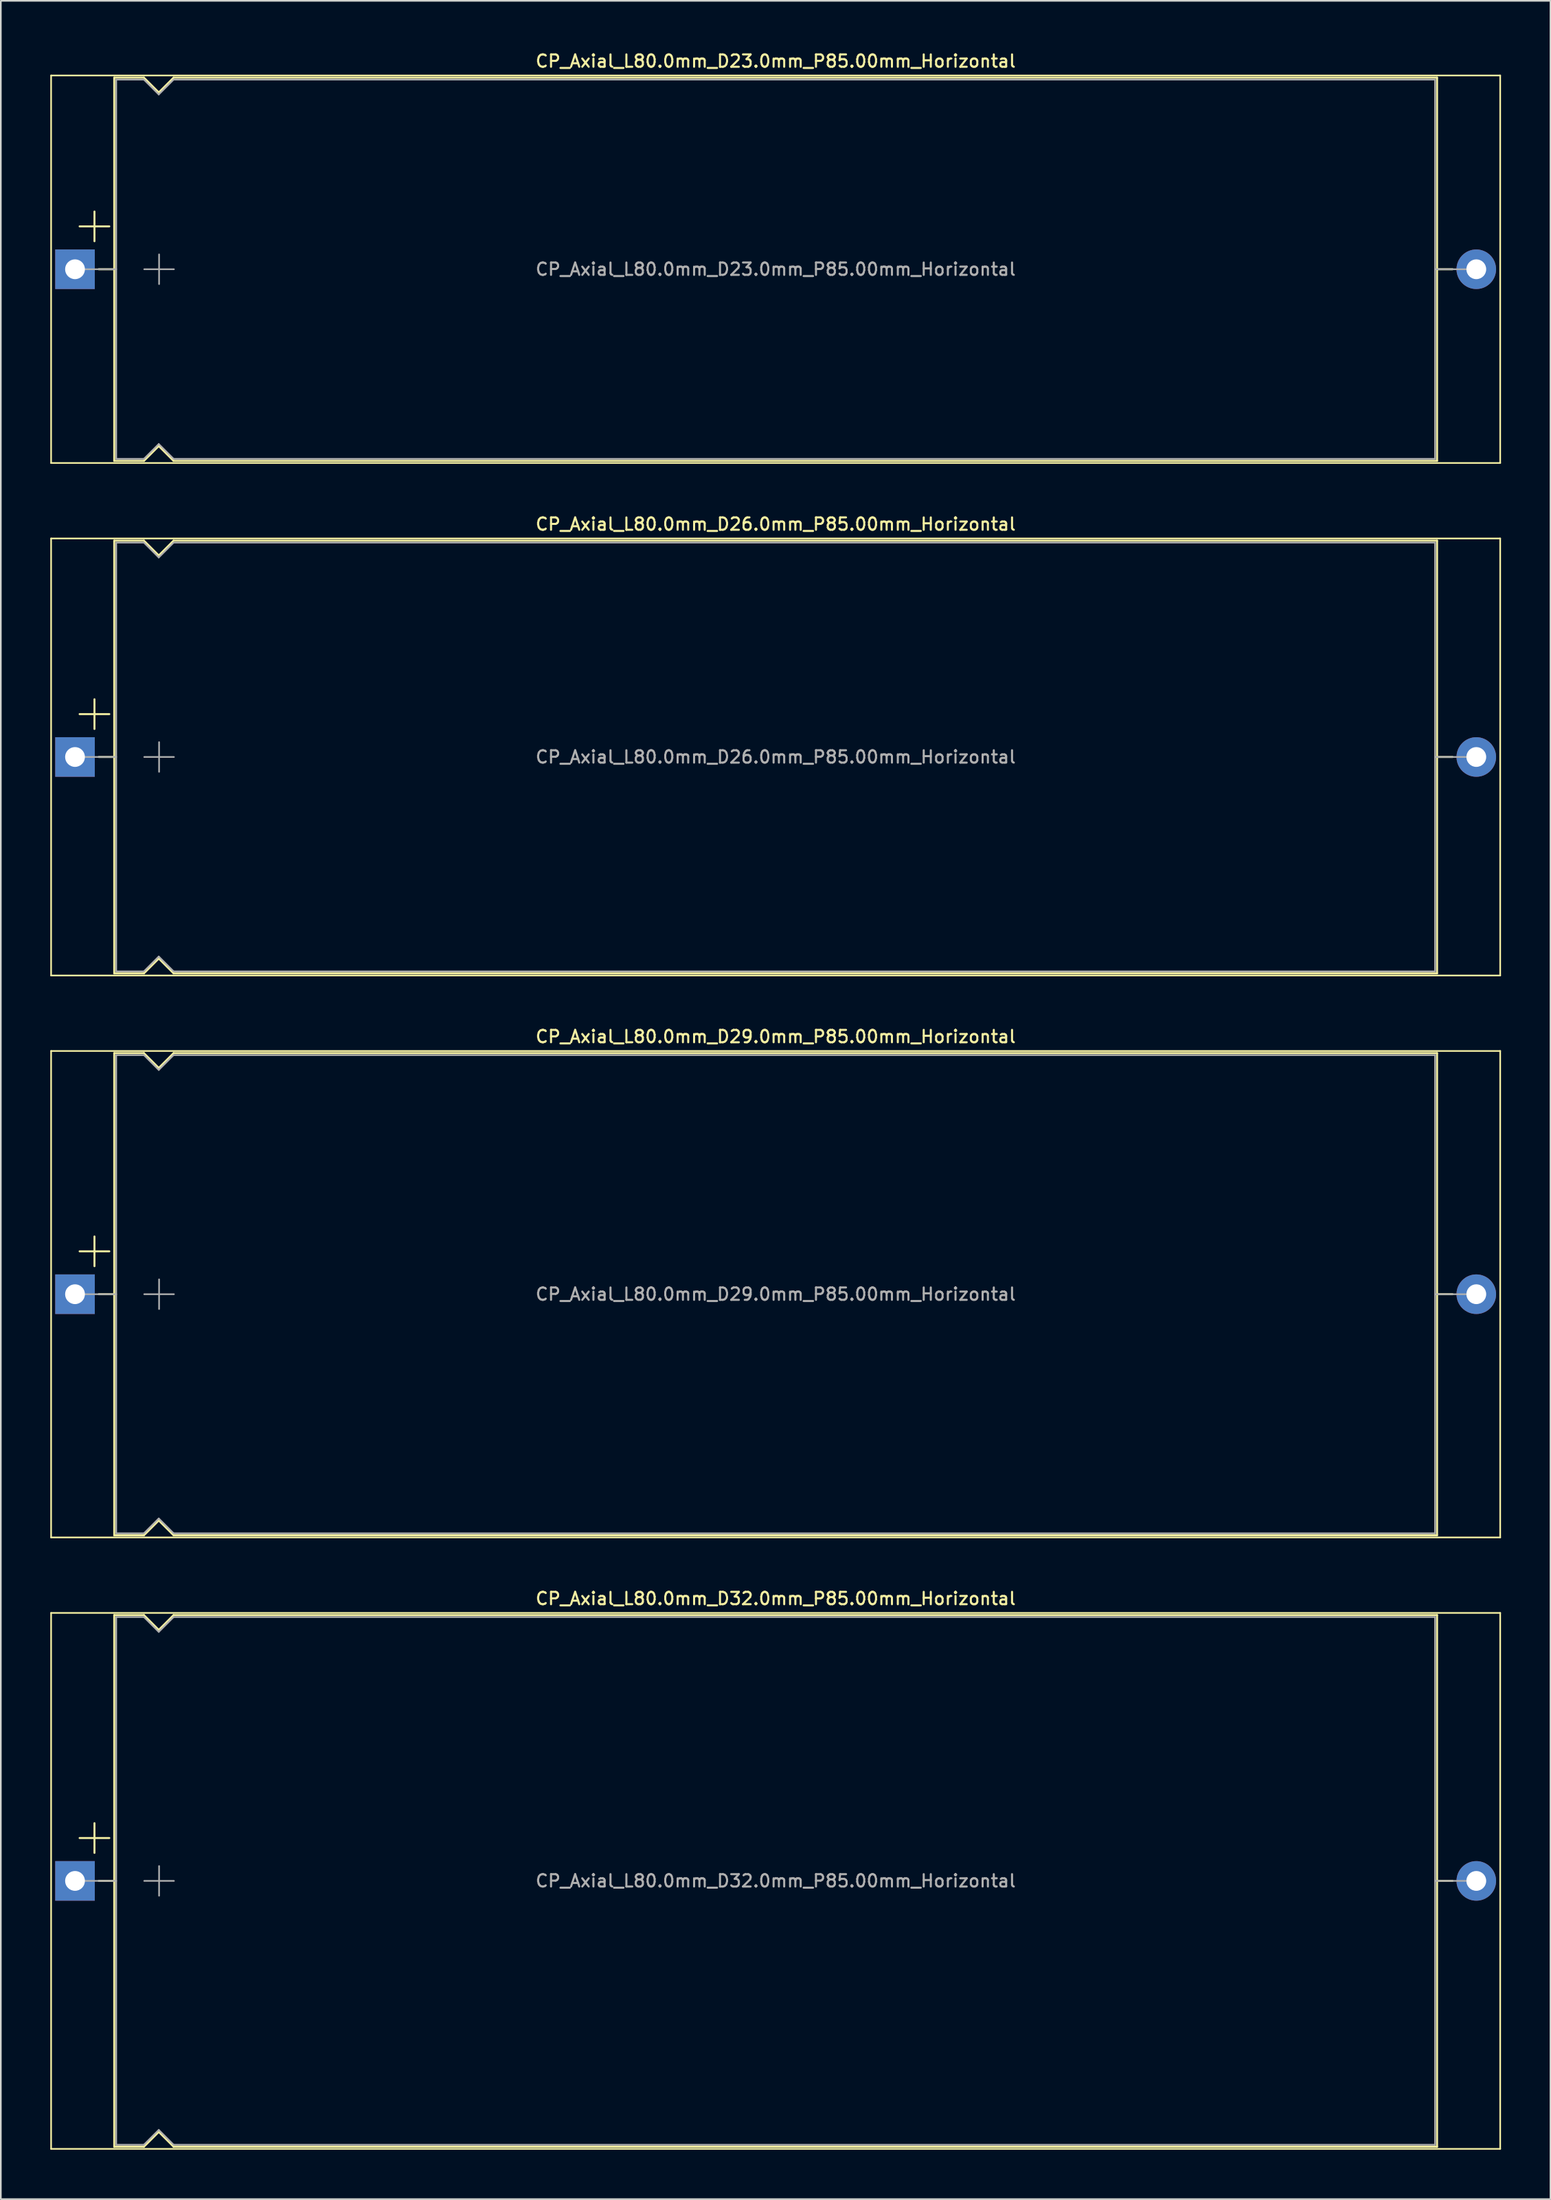
<source format=kicad_pcb>
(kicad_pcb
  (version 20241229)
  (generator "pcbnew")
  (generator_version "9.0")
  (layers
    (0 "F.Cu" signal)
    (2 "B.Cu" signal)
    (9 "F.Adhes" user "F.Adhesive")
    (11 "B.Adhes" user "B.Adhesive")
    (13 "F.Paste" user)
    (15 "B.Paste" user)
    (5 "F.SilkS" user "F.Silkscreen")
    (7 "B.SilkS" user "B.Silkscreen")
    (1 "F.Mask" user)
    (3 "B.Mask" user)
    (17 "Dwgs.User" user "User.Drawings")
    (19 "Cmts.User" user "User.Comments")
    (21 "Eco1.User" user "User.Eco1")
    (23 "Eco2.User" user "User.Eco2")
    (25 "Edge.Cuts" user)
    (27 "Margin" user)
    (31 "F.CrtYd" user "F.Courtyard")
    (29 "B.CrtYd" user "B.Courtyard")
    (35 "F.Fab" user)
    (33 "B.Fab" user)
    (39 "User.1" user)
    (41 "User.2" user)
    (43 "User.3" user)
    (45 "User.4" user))
  (footprint "CP_Axial_L80.0mm_D29.0mm_P85.00mm_Horizontal"
    (layer "F.Cu")
    (at 1.5 75.434)
    (property "Reference" "CP_Axial_L80.0mm_D29.0mm_P85.00mm_Horizontal" (at 42.5 -15.62 0) (layer "F.SilkS") (effects (font (size 0.75 0.75) (thickness 0.125))))
    (attr through_hole)
    (fp_line (start -1.45 -14.75) (end -1.45 14.75) (stroke (width 0.1) (type solid)) (layer "F.SilkS"))
    (fp_line (start -1.45 14.75) (end 86.45 14.75) (stroke (width 0.1) (type solid)) (layer "F.SilkS"))
    (fp_line (start 0.28 -2.6) (end 2.08 -2.6) (stroke (width 0.12) (type solid)) (layer "F.SilkS"))
    (fp_line (start 1.18 -3.5) (end 1.18 -1.7) (stroke (width 0.12) (type solid)) (layer "F.SilkS"))
    (fp_line (start 1.44 0) (end 2.38 0) (stroke (width 0.12) (type solid)) (layer "F.SilkS"))
    (fp_line (start 2.38 -14.62) (end 2.38 14.62) (stroke (width 0.12) (type solid)) (layer "F.SilkS"))
    (fp_line (start 2.38 -14.62) (end 4.18 -14.62) (stroke (width 0.12) (type solid)) (layer "F.SilkS"))
    (fp_line (start 2.38 14.62) (end 4.18 14.62) (stroke (width 0.12) (type solid)) (layer "F.SilkS"))
    (fp_line (start 4.18 -14.62) (end 5.08 -13.72) (stroke (width 0.12) (type solid)) (layer "F.SilkS"))
    (fp_line (start 4.18 14.62) (end 5.08 13.72) (stroke (width 0.12) (type solid)) (layer "F.SilkS"))
    (fp_line (start 5.08 -13.72) (end 5.98 -14.62) (stroke (width 0.12) (type solid)) (layer "F.SilkS"))
    (fp_line (start 5.08 13.72) (end 5.98 14.62) (stroke (width 0.12) (type solid)) (layer "F.SilkS"))
    (fp_line (start 5.98 -14.62) (end 82.62 -14.62) (stroke (width 0.12) (type solid)) (layer "F.SilkS"))
    (fp_line (start 5.98 14.62) (end 82.62 14.62) (stroke (width 0.12) (type solid)) (layer "F.SilkS"))
    (fp_line (start 82.62 -14.62) (end 82.62 14.62) (stroke (width 0.12) (type solid)) (layer "F.SilkS"))
    (fp_line (start 83.56 0) (end 82.62 0) (stroke (width 0.12) (type solid)) (layer "F.SilkS"))
    (fp_line (start 86.45 -14.75) (end -1.45 -14.75) (stroke (width 0.1) (type solid)) (layer "F.SilkS"))
    (fp_line (start 86.45 14.75) (end 86.45 -14.75) (stroke (width 0.1) (type solid)) (layer "F.SilkS"))
    (fp_line (start 0 0) (end 2.5 0) (stroke (width 0.1) (type solid)) (layer "F.Fab"))
    (fp_line (start 2.5 -14.5) (end 2.5 14.5) (stroke (width 0.1) (type solid)) (layer "F.Fab"))
    (fp_line (start 2.5 -14.5) (end 4.18 -14.5) (stroke (width 0.1) (type solid)) (layer "F.Fab"))
    (fp_line (start 2.5 14.5) (end 4.18 14.5) (stroke (width 0.1) (type solid)) (layer "F.Fab"))
    (fp_line (start 4.18 -14.5) (end 5.08 -13.6) (stroke (width 0.1) (type solid)) (layer "F.Fab"))
    (fp_line (start 4.18 14.5) (end 5.08 13.6) (stroke (width 0.1) (type solid)) (layer "F.Fab"))
    (fp_line (start 4.2 0) (end 6 0) (stroke (width 0.1) (type solid)) (layer "F.Fab"))
    (fp_line (start 5.08 -13.6) (end 5.98 -14.5) (stroke (width 0.1) (type solid)) (layer "F.Fab"))
    (fp_line (start 5.08 13.6) (end 5.98 14.5) (stroke (width 0.1) (type solid)) (layer "F.Fab"))
    (fp_line (start 5.1 -0.9) (end 5.1 0.9) (stroke (width 0.1) (type solid)) (layer "F.Fab"))
    (fp_line (start 5.98 -14.5) (end 82.5 -14.5) (stroke (width 0.1) (type solid)) (layer "F.Fab"))
    (fp_line (start 5.98 14.5) (end 82.5 14.5) (stroke (width 0.1) (type solid)) (layer "F.Fab"))
    (fp_line (start 82.5 -14.5) (end 82.5 14.5) (stroke (width 0.1) (type solid)) (layer "F.Fab"))
    (fp_line (start 85 0) (end 82.5 0) (stroke (width 0.1) (type solid)) (layer "F.Fab"))
    (fp_text user "${REFERENCE}" (at 42.5 0 0) (layer "F.Fab") (effects (font (size 0.75 0.75) (thickness 0.125))))
    (pad "1" thru_hole rect (at 0 0) (size 2.4 2.4) (drill 1.2) (layers "*.Cu" "*.Mask"))
    (pad "2" thru_hole oval (at 85 0) (size 2.4 2.4) (drill 1.2) (layers "*.Cu" "*.Mask")))
  (footprint "CP_Axial_L80.0mm_D23.0mm_P85.00mm_Horizontal"
    (layer "F.Cu")
    (at 1.5 13.278)
    (property "Reference" "CP_Axial_L80.0mm_D23.0mm_P85.00mm_Horizontal" (at 42.5 -12.62 0) (layer "F.SilkS") (effects (font (size 0.75 0.75) (thickness 0.125))))
    (attr through_hole)
    (fp_line (start -1.45 -11.75) (end -1.45 11.75) (stroke (width 0.1) (type solid)) (layer "F.SilkS"))
    (fp_line (start -1.45 11.75) (end 86.45 11.75) (stroke (width 0.1) (type solid)) (layer "F.SilkS"))
    (fp_line (start 0.28 -2.6) (end 2.08 -2.6) (stroke (width 0.12) (type solid)) (layer "F.SilkS"))
    (fp_line (start 1.18 -3.5) (end 1.18 -1.7) (stroke (width 0.12) (type solid)) (layer "F.SilkS"))
    (fp_line (start 1.44 0) (end 2.38 0) (stroke (width 0.12) (type solid)) (layer "F.SilkS"))
    (fp_line (start 2.38 -11.62) (end 2.38 11.62) (stroke (width 0.12) (type solid)) (layer "F.SilkS"))
    (fp_line (start 2.38 -11.62) (end 4.18 -11.62) (stroke (width 0.12) (type solid)) (layer "F.SilkS"))
    (fp_line (start 2.38 11.62) (end 4.18 11.62) (stroke (width 0.12) (type solid)) (layer "F.SilkS"))
    (fp_line (start 4.18 -11.62) (end 5.08 -10.72) (stroke (width 0.12) (type solid)) (layer "F.SilkS"))
    (fp_line (start 4.18 11.62) (end 5.08 10.72) (stroke (width 0.12) (type solid)) (layer "F.SilkS"))
    (fp_line (start 5.08 -10.72) (end 5.98 -11.62) (stroke (width 0.12) (type solid)) (layer "F.SilkS"))
    (fp_line (start 5.08 10.72) (end 5.98 11.62) (stroke (width 0.12) (type solid)) (layer "F.SilkS"))
    (fp_line (start 5.98 -11.62) (end 82.62 -11.62) (stroke (width 0.12) (type solid)) (layer "F.SilkS"))
    (fp_line (start 5.98 11.62) (end 82.62 11.62) (stroke (width 0.12) (type solid)) (layer "F.SilkS"))
    (fp_line (start 82.62 -11.62) (end 82.62 11.62) (stroke (width 0.12) (type solid)) (layer "F.SilkS"))
    (fp_line (start 83.56 0) (end 82.62 0) (stroke (width 0.12) (type solid)) (layer "F.SilkS"))
    (fp_line (start 86.45 -11.75) (end -1.45 -11.75) (stroke (width 0.1) (type solid)) (layer "F.SilkS"))
    (fp_line (start 86.45 11.75) (end 86.45 -11.75) (stroke (width 0.1) (type solid)) (layer "F.SilkS"))
    (fp_line (start 0 0) (end 2.5 0) (stroke (width 0.1) (type solid)) (layer "F.Fab"))
    (fp_line (start 2.5 -11.5) (end 2.5 11.5) (stroke (width 0.1) (type solid)) (layer "F.Fab"))
    (fp_line (start 2.5 -11.5) (end 4.18 -11.5) (stroke (width 0.1) (type solid)) (layer "F.Fab"))
    (fp_line (start 2.5 11.5) (end 4.18 11.5) (stroke (width 0.1) (type solid)) (layer "F.Fab"))
    (fp_line (start 4.18 -11.5) (end 5.08 -10.6) (stroke (width 0.1) (type solid)) (layer "F.Fab"))
    (fp_line (start 4.18 11.5) (end 5.08 10.6) (stroke (width 0.1) (type solid)) (layer "F.Fab"))
    (fp_line (start 4.2 0) (end 6 0) (stroke (width 0.1) (type solid)) (layer "F.Fab"))
    (fp_line (start 5.08 -10.6) (end 5.98 -11.5) (stroke (width 0.1) (type solid)) (layer "F.Fab"))
    (fp_line (start 5.08 10.6) (end 5.98 11.5) (stroke (width 0.1) (type solid)) (layer "F.Fab"))
    (fp_line (start 5.1 -0.9) (end 5.1 0.9) (stroke (width 0.1) (type solid)) (layer "F.Fab"))
    (fp_line (start 5.98 -11.5) (end 82.5 -11.5) (stroke (width 0.1) (type solid)) (layer "F.Fab"))
    (fp_line (start 5.98 11.5) (end 82.5 11.5) (stroke (width 0.1) (type solid)) (layer "F.Fab"))
    (fp_line (start 82.5 -11.5) (end 82.5 11.5) (stroke (width 0.1) (type solid)) (layer "F.Fab"))
    (fp_line (start 85 0) (end 82.5 0) (stroke (width 0.1) (type solid)) (layer "F.Fab"))
    (fp_text user "${REFERENCE}" (at 42.5 0 0) (layer "F.Fab") (effects (font (size 0.75 0.75) (thickness 0.125))))
    (pad "1" thru_hole rect (at 0 0) (size 2.4 2.4) (drill 1.2) (layers "*.Cu" "*.Mask"))
    (pad "2" thru_hole oval (at 85 0) (size 2.4 2.4) (drill 1.2) (layers "*.Cu" "*.Mask")))
  (footprint "CP_Axial_L80.0mm_D26.0mm_P85.00mm_Horizontal"
    (layer "F.Cu")
    (at 1.5 42.856)
    (property "Reference" "CP_Axial_L80.0mm_D26.0mm_P85.00mm_Horizontal" (at 42.5 -14.12 0) (layer "F.SilkS") (effects (font (size 0.75 0.75) (thickness 0.125))))
    (attr through_hole)
    (fp_line (start -1.45 -13.25) (end -1.45 13.25) (stroke (width 0.1) (type solid)) (layer "F.SilkS"))
    (fp_line (start -1.45 13.25) (end 86.45 13.25) (stroke (width 0.1) (type solid)) (layer "F.SilkS"))
    (fp_line (start 0.28 -2.6) (end 2.08 -2.6) (stroke (width 0.12) (type solid)) (layer "F.SilkS"))
    (fp_line (start 1.18 -3.5) (end 1.18 -1.7) (stroke (width 0.12) (type solid)) (layer "F.SilkS"))
    (fp_line (start 1.44 0) (end 2.38 0) (stroke (width 0.12) (type solid)) (layer "F.SilkS"))
    (fp_line (start 2.38 -13.12) (end 2.38 13.12) (stroke (width 0.12) (type solid)) (layer "F.SilkS"))
    (fp_line (start 2.38 -13.12) (end 4.18 -13.12) (stroke (width 0.12) (type solid)) (layer "F.SilkS"))
    (fp_line (start 2.38 13.12) (end 4.18 13.12) (stroke (width 0.12) (type solid)) (layer "F.SilkS"))
    (fp_line (start 4.18 -13.12) (end 5.08 -12.22) (stroke (width 0.12) (type solid)) (layer "F.SilkS"))
    (fp_line (start 4.18 13.12) (end 5.08 12.22) (stroke (width 0.12) (type solid)) (layer "F.SilkS"))
    (fp_line (start 5.08 -12.22) (end 5.98 -13.12) (stroke (width 0.12) (type solid)) (layer "F.SilkS"))
    (fp_line (start 5.08 12.22) (end 5.98 13.12) (stroke (width 0.12) (type solid)) (layer "F.SilkS"))
    (fp_line (start 5.98 -13.12) (end 82.62 -13.12) (stroke (width 0.12) (type solid)) (layer "F.SilkS"))
    (fp_line (start 5.98 13.12) (end 82.62 13.12) (stroke (width 0.12) (type solid)) (layer "F.SilkS"))
    (fp_line (start 82.62 -13.12) (end 82.62 13.12) (stroke (width 0.12) (type solid)) (layer "F.SilkS"))
    (fp_line (start 83.56 0) (end 82.62 0) (stroke (width 0.12) (type solid)) (layer "F.SilkS"))
    (fp_line (start 86.45 -13.25) (end -1.45 -13.25) (stroke (width 0.1) (type solid)) (layer "F.SilkS"))
    (fp_line (start 86.45 13.25) (end 86.45 -13.25) (stroke (width 0.1) (type solid)) (layer "F.SilkS"))
    (fp_line (start 0 0) (end 2.5 0) (stroke (width 0.1) (type solid)) (layer "F.Fab"))
    (fp_line (start 2.5 -13) (end 2.5 13) (stroke (width 0.1) (type solid)) (layer "F.Fab"))
    (fp_line (start 2.5 -13) (end 4.18 -13) (stroke (width 0.1) (type solid)) (layer "F.Fab"))
    (fp_line (start 2.5 13) (end 4.18 13) (stroke (width 0.1) (type solid)) (layer "F.Fab"))
    (fp_line (start 4.18 -13) (end 5.08 -12.1) (stroke (width 0.1) (type solid)) (layer "F.Fab"))
    (fp_line (start 4.18 13) (end 5.08 12.1) (stroke (width 0.1) (type solid)) (layer "F.Fab"))
    (fp_line (start 4.2 0) (end 6 0) (stroke (width 0.1) (type solid)) (layer "F.Fab"))
    (fp_line (start 5.08 -12.1) (end 5.98 -13) (stroke (width 0.1) (type solid)) (layer "F.Fab"))
    (fp_line (start 5.08 12.1) (end 5.98 13) (stroke (width 0.1) (type solid)) (layer "F.Fab"))
    (fp_line (start 5.1 -0.9) (end 5.1 0.9) (stroke (width 0.1) (type solid)) (layer "F.Fab"))
    (fp_line (start 5.98 -13) (end 82.5 -13) (stroke (width 0.1) (type solid)) (layer "F.Fab"))
    (fp_line (start 5.98 13) (end 82.5 13) (stroke (width 0.1) (type solid)) (layer "F.Fab"))
    (fp_line (start 82.5 -13) (end 82.5 13) (stroke (width 0.1) (type solid)) (layer "F.Fab"))
    (fp_line (start 85 0) (end 82.5 0) (stroke (width 0.1) (type solid)) (layer "F.Fab"))
    (fp_text user "${REFERENCE}" (at 42.5 0 0) (layer "F.Fab") (effects (font (size 0.75 0.75) (thickness 0.125))))
    (pad "1" thru_hole rect (at 0 0) (size 2.4 2.4) (drill 1.2) (layers "*.Cu" "*.Mask"))
    (pad "2" thru_hole oval (at 85 0) (size 2.4 2.4) (drill 1.2) (layers "*.Cu" "*.Mask")))
  (footprint "CP_Axial_L80.0mm_D32.0mm_P85.00mm_Horizontal"
    (layer "F.Cu")
    (at 1.5 111.013)
    (property "Reference" "CP_Axial_L80.0mm_D32.0mm_P85.00mm_Horizontal" (at 42.5 -17.12 0) (layer "F.SilkS") (effects (font (size 0.75 0.75) (thickness 0.125))))
    (attr through_hole)
    (fp_line (start -1.45 -16.25) (end -1.45 16.25) (stroke (width 0.1) (type solid)) (layer "F.SilkS"))
    (fp_line (start -1.45 16.25) (end 86.45 16.25) (stroke (width 0.1) (type solid)) (layer "F.SilkS"))
    (fp_line (start 0.28 -2.6) (end 2.08 -2.6) (stroke (width 0.12) (type solid)) (layer "F.SilkS"))
    (fp_line (start 1.18 -3.5) (end 1.18 -1.7) (stroke (width 0.12) (type solid)) (layer "F.SilkS"))
    (fp_line (start 1.44 0) (end 2.38 0) (stroke (width 0.12) (type solid)) (layer "F.SilkS"))
    (fp_line (start 2.38 -16.12) (end 2.38 16.12) (stroke (width 0.12) (type solid)) (layer "F.SilkS"))
    (fp_line (start 2.38 -16.12) (end 4.18 -16.12) (stroke (width 0.12) (type solid)) (layer "F.SilkS"))
    (fp_line (start 2.38 16.12) (end 4.18 16.12) (stroke (width 0.12) (type solid)) (layer "F.SilkS"))
    (fp_line (start 4.18 -16.12) (end 5.08 -15.22) (stroke (width 0.12) (type solid)) (layer "F.SilkS"))
    (fp_line (start 4.18 16.12) (end 5.08 15.22) (stroke (width 0.12) (type solid)) (layer "F.SilkS"))
    (fp_line (start 5.08 -15.22) (end 5.98 -16.12) (stroke (width 0.12) (type solid)) (layer "F.SilkS"))
    (fp_line (start 5.08 15.22) (end 5.98 16.12) (stroke (width 0.12) (type solid)) (layer "F.SilkS"))
    (fp_line (start 5.98 -16.12) (end 82.62 -16.12) (stroke (width 0.12) (type solid)) (layer "F.SilkS"))
    (fp_line (start 5.98 16.12) (end 82.62 16.12) (stroke (width 0.12) (type solid)) (layer "F.SilkS"))
    (fp_line (start 82.62 -16.12) (end 82.62 16.12) (stroke (width 0.12) (type solid)) (layer "F.SilkS"))
    (fp_line (start 83.56 0) (end 82.62 0) (stroke (width 0.12) (type solid)) (layer "F.SilkS"))
    (fp_line (start 86.45 -16.25) (end -1.45 -16.25) (stroke (width 0.1) (type solid)) (layer "F.SilkS"))
    (fp_line (start 86.45 16.25) (end 86.45 -16.25) (stroke (width 0.1) (type solid)) (layer "F.SilkS"))
    (fp_line (start 0 0) (end 2.5 0) (stroke (width 0.1) (type solid)) (layer "F.Fab"))
    (fp_line (start 2.5 -16) (end 2.5 16) (stroke (width 0.1) (type solid)) (layer "F.Fab"))
    (fp_line (start 2.5 -16) (end 4.18 -16) (stroke (width 0.1) (type solid)) (layer "F.Fab"))
    (fp_line (start 2.5 16) (end 4.18 16) (stroke (width 0.1) (type solid)) (layer "F.Fab"))
    (fp_line (start 4.18 -16) (end 5.08 -15.1) (stroke (width 0.1) (type solid)) (layer "F.Fab"))
    (fp_line (start 4.18 16) (end 5.08 15.1) (stroke (width 0.1) (type solid)) (layer "F.Fab"))
    (fp_line (start 4.2 0) (end 6 0) (stroke (width 0.1) (type solid)) (layer "F.Fab"))
    (fp_line (start 5.08 -15.1) (end 5.98 -16) (stroke (width 0.1) (type solid)) (layer "F.Fab"))
    (fp_line (start 5.08 15.1) (end 5.98 16) (stroke (width 0.1) (type solid)) (layer "F.Fab"))
    (fp_line (start 5.1 -0.9) (end 5.1 0.9) (stroke (width 0.1) (type solid)) (layer "F.Fab"))
    (fp_line (start 5.98 -16) (end 82.5 -16) (stroke (width 0.1) (type solid)) (layer "F.Fab"))
    (fp_line (start 5.98 16) (end 82.5 16) (stroke (width 0.1) (type solid)) (layer "F.Fab"))
    (fp_line (start 82.5 -16) (end 82.5 16) (stroke (width 0.1) (type solid)) (layer "F.Fab"))
    (fp_line (start 85 0) (end 82.5 0) (stroke (width 0.1) (type solid)) (layer "F.Fab"))
    (fp_text user "${REFERENCE}" (at 42.5 0 0) (layer "F.Fab") (effects (font (size 0.75 0.75) (thickness 0.125))))
    (pad "1" thru_hole rect (at 0 0) (size 2.4 2.4) (drill 1.2) (layers "*.Cu" "*.Mask"))
    (pad "2" thru_hole oval (at 85 0) (size 2.4 2.4) (drill 1.2) (layers "*.Cu" "*.Mask")))
  (gr_rect
    (start -3 -3)
    (end 91 130.312)
    (stroke (width 0.1) (type default))
    (fill no)
    (layer "Edge.Cuts")))
</source>
